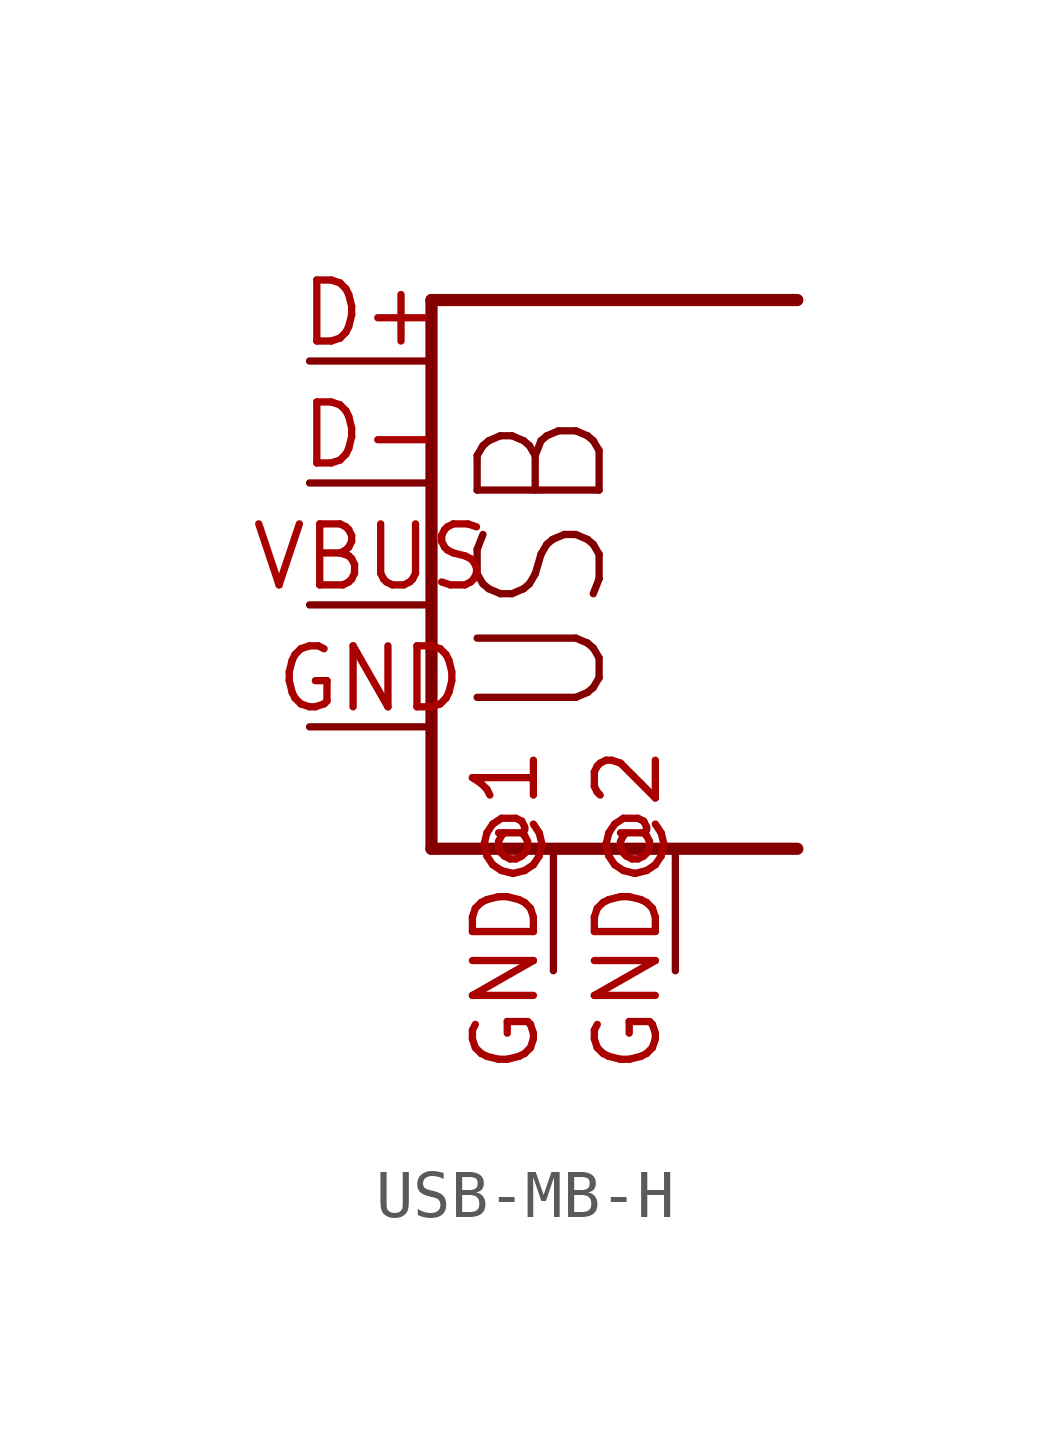
<source format=kicad_sym>
(kicad_symbol_lib
  (version 20231120)
  (generator "kicad_symbol_editor")
  (generator_version "8.0")
  (symbol "USB-MB-H"
    (property "Reference" "USB"
      (at 0 0 0)
      (effects (font (size 1.27 1.27)) (hide yes)))
    (property "ki_locked" ""
      (at 0 0 0)
      (effects (font (size 1.27 1.27))))
    (symbol "USB-MB-H_1_0"
      (polyline (pts (xy 0 -2.54) (xy 7.62 -2.54)) (stroke (width 0.254) (type solid)) (fill (type none)))
      (polyline (pts (xy 0 8.89) (xy 0 -2.54)) (stroke (width 0.254) (type solid)) (fill (type none)))
      (polyline (pts (xy 7.62 8.89) (xy 0 8.89)) (stroke (width 0.254) (type solid)) (fill (type none)))
      (text "USB" (at 3.81 0 900) (effects (font (size 2.54 2.159)) (justify left bottom)))
      (pin bidirectional line (at -2.54 7.62 0) (length 2.54) (name "D+" (effects (font (size 0 0)))) (number "D+" (effects (font (size 1.27 1.27)))))
      (pin bidirectional line (at -2.54 5.08 0) (length 2.54) (name "D-" (effects (font (size 0 0)))) (number "D-" (effects (font (size 1.27 1.27)))))
      (pin bidirectional line (at -2.54 0 0) (length 2.54) (name "GND" (effects (font (size 0 0)))) (number "GND" (effects (font (size 1.27 1.27)))))
      (pin bidirectional line (at 2.54 -5.08 90) (length 2.54) (name "GND@1" (effects (font (size 0 0)))) (number "GND@1" (effects (font (size 1.27 1.27)))))
      (pin bidirectional line (at 5.08 -5.08 90) (length 2.54) (name "GND@2" (effects (font (size 0 0)))) (number "GND@2" (effects (font (size 1.27 1.27)))))
      (pin bidirectional line (at -2.54 2.54 0) (length 2.54) (name "VBUS" (effects (font (size 0 0)))) (number "VBUS" (effects (font (size 1.27 1.27))))))))
</source>
